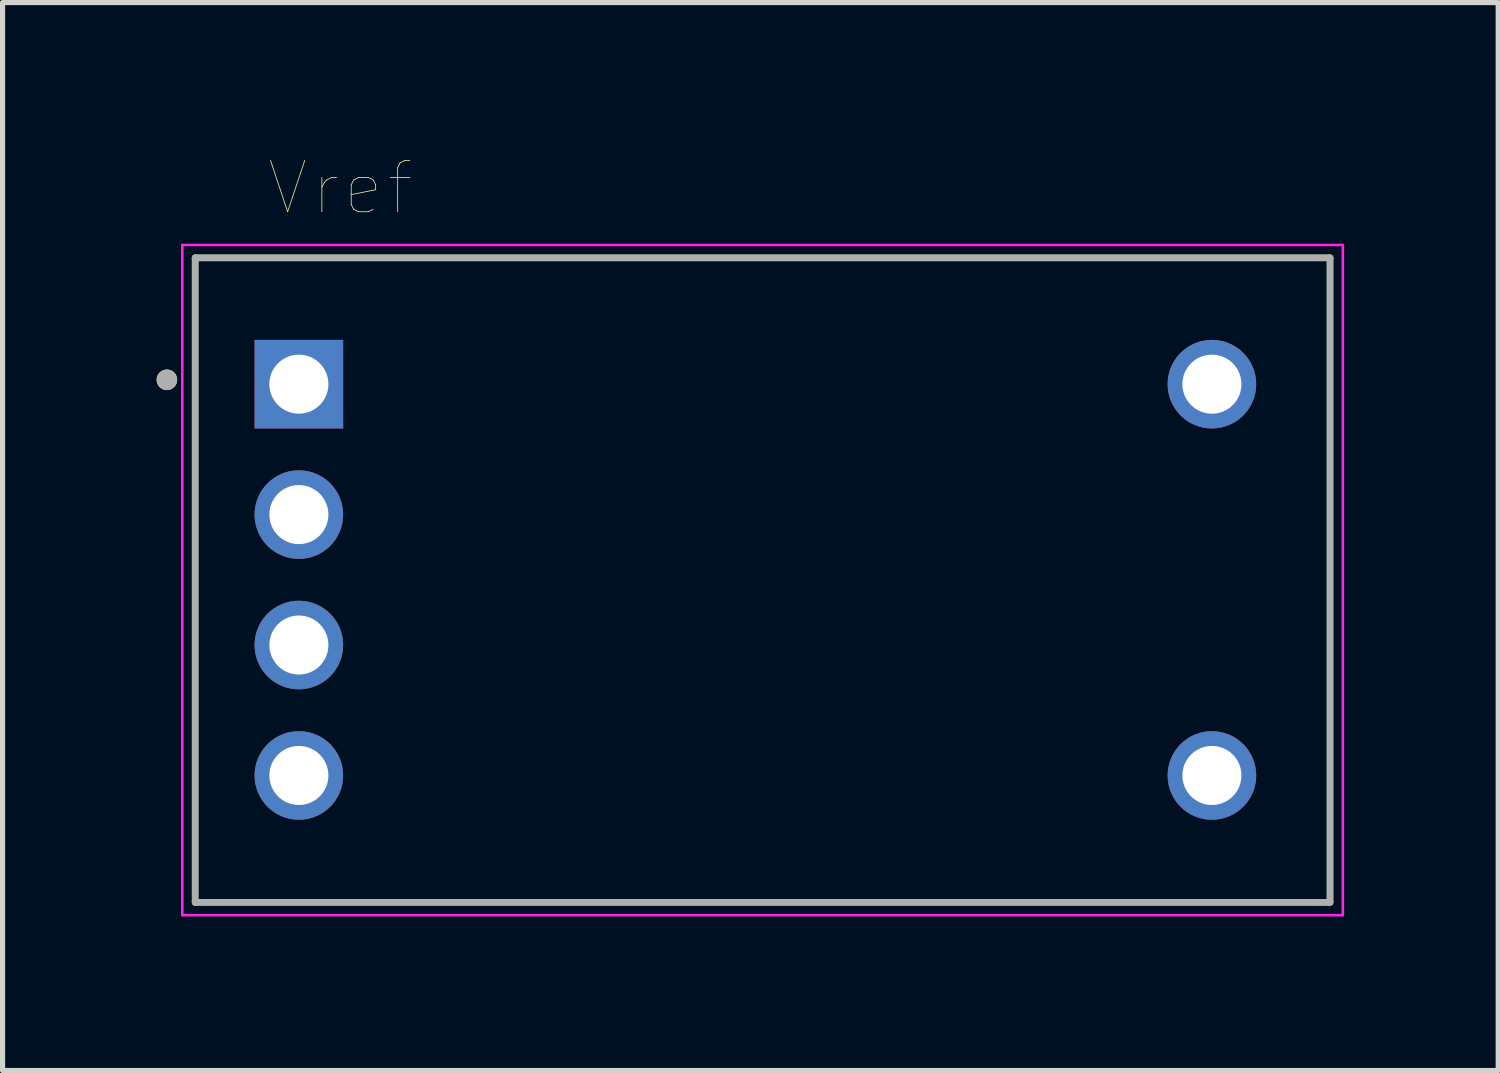
<source format=kicad_pcb>
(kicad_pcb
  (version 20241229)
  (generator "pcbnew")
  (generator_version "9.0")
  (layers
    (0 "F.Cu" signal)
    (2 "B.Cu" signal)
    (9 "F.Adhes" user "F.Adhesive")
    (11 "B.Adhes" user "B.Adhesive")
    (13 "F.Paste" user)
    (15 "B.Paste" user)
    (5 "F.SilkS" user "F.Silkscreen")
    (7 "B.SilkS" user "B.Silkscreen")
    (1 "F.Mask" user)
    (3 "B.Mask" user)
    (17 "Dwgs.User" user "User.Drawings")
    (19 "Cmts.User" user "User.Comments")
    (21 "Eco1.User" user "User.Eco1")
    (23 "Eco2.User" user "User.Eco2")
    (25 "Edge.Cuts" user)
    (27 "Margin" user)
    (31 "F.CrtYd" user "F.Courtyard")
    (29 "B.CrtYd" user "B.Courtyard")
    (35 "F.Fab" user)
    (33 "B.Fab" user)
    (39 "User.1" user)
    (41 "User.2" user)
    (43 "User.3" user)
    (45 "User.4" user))
  (footprint "Vref"
    (layer "F.Cu")
    (at 11.8 8.246)
    (property "Reference" "Vref" (at -8.225 -7.635 0) (layer "F.SilkS") (effects (font (size 1 1) (thickness 0.015))))
    (attr through_hole)
    (fp_line (start -11.05 -6.275) (end 11.05 -6.275) (stroke (width 0.127) (type solid)) (layer "F.SilkS"))
    (fp_line (start -11.05 6.275) (end -11.05 -6.275) (stroke (width 0.127) (type solid)) (layer "F.SilkS"))
    (fp_line (start 11.05 -6.275) (end 11.05 6.275) (stroke (width 0.127) (type solid)) (layer "F.SilkS"))
    (fp_line (start 11.05 6.275) (end -11.05 6.275) (stroke (width 0.127) (type solid)) (layer "F.SilkS"))
    (fp_circle (center -11.6 -3.9) (end -11.5 -3.9) (stroke (width 0.2) (type solid)) (fill no) (layer "F.SilkS"))
    (fp_line (start -11.3 -6.525) (end 11.3 -6.525) (stroke (width 0.05) (type solid)) (layer "F.CrtYd"))
    (fp_line (start -11.3 6.525) (end -11.3 -6.525) (stroke (width 0.05) (type solid)) (layer "F.CrtYd"))
    (fp_line (start 11.3 -6.525) (end 11.3 6.525) (stroke (width 0.05) (type solid)) (layer "F.CrtYd"))
    (fp_line (start 11.3 6.525) (end -11.3 6.525) (stroke (width 0.05) (type solid)) (layer "F.CrtYd"))
    (fp_line (start -11.05 -6.275) (end -11.05 6.275) (stroke (width 0.127) (type solid)) (layer "F.Fab"))
    (fp_line (start -11.05 6.275) (end 11.05 6.275) (stroke (width 0.127) (type solid)) (layer "F.Fab"))
    (fp_line (start 11.05 -6.275) (end -11.05 -6.275) (stroke (width 0.127) (type solid)) (layer "F.Fab"))
    (fp_line (start 11.05 6.275) (end 11.05 -6.275) (stroke (width 0.127) (type solid)) (layer "F.Fab"))
    (fp_circle (center -11.6 -3.9) (end -11.5 -3.9) (stroke (width 0.2) (type solid)) (fill no) (layer "F.Fab"))
    (pad "1" thru_hole rect (at -9.03 -3.815) (size 1.725 1.725) (drill 1.15) (layers "*.Cu" "*.Mask"))
    (pad "2" thru_hole circle (at -9.03 -1.275) (size 1.725 1.725) (drill 1.15) (layers "*.Cu" "*.Mask"))
    (pad "3" thru_hole circle (at -9.03 1.265) (size 1.725 1.725) (drill 1.15) (layers "*.Cu" "*.Mask"))
    (pad "4" thru_hole circle (at -9.03 3.805) (size 1.725 1.725) (drill 1.15) (layers "*.Cu" "*.Mask"))
    (pad "5" thru_hole circle (at 8.75 3.805) (size 1.725 1.725) (drill 1.15) (layers "*.Cu" "*.Mask"))
    (pad "6" thru_hole circle (at 8.75 -3.815) (size 1.725 1.725) (drill 1.15) (layers "*.Cu" "*.Mask")))
  (gr_rect
    (start -3 -3)
    (end 26.125 17.796)
    (stroke (width 0.1) (type default))
    (fill no)
    (layer "Edge.Cuts")))
</source>
